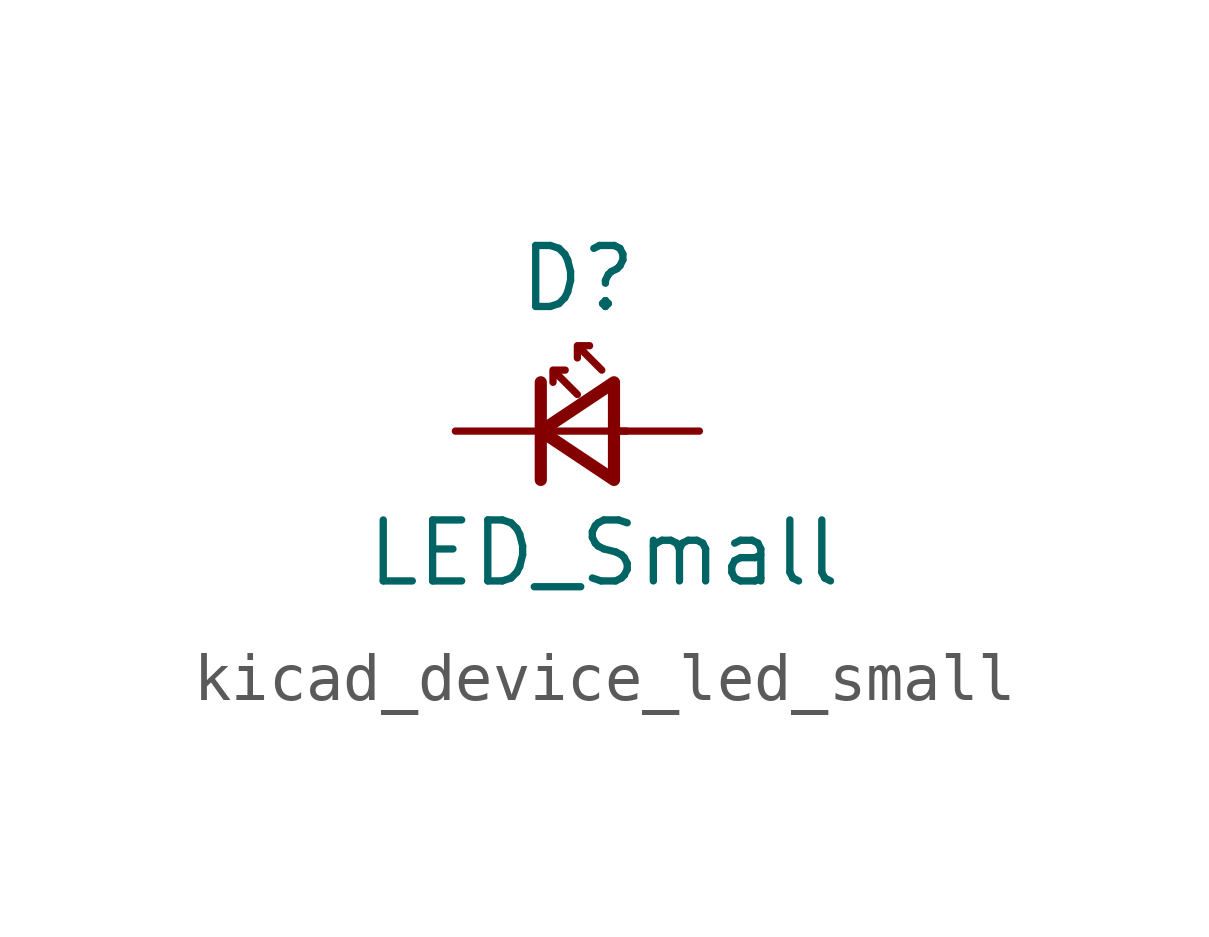
<source format=kicad_sym>
(kicad_symbol_lib
  (version 20220914)
  (generator kicad_symbol_editor)
  (symbol "kicad_device_led_small"
    (pin_numbers hide)
    (pin_names
      (offset 0.254) hide)
    (property "Reference" "D"
      (at -1.27 3.175 0)
      (effects (font (size 1.27 1.27)) (justify left)))
    (property "Value" "LED_Small"
      (at -4.445 -2.54 0)
      (effects (font (size 1.27 1.27)) (justify left)))
    (symbol "kicad_device_led_small_0_1"
      (polyline (pts (xy -0.762 -1.016) (xy -0.762 1.016)) (stroke (width 0.254) (type default)) (fill (type none)))
      (polyline (pts (xy 1.016 0) (xy -0.762 0)) (stroke (width 0) (type default)) (fill (type none)))
      (polyline (pts (xy 0.762 -1.016) (xy -0.762 0) (xy 0.762 1.016) (xy 0.762 -1.016)) (stroke (width 0.254) (type default)) (fill (type none)))
      (polyline (pts (xy 0 0.762) (xy -0.508 1.27) (xy -0.254 1.27) (xy -0.508 1.27) (xy -0.508 1.016)) (stroke (width 0) (type default)) (fill (type none)))
      (polyline (pts (xy 0.508 1.27) (xy 0 1.778) (xy 0.254 1.778) (xy 0 1.778) (xy 0 1.524)) (stroke (width 0) (type default)) (fill (type none))))
    (symbol "kicad_device_led_small_1_1"
      (pin passive line (at -2.54 0 0) (length 1.778) (name "K" (effects (font (size 1.27 1.27)))) (number "1" (effects (font (size 1.27 1.27)))))
      (pin passive line (at 2.54 0 180) (length 1.778) (name "A" (effects (font (size 1.27 1.27)))) (number "2" (effects (font (size 1.27 1.27))))))))
</source>
